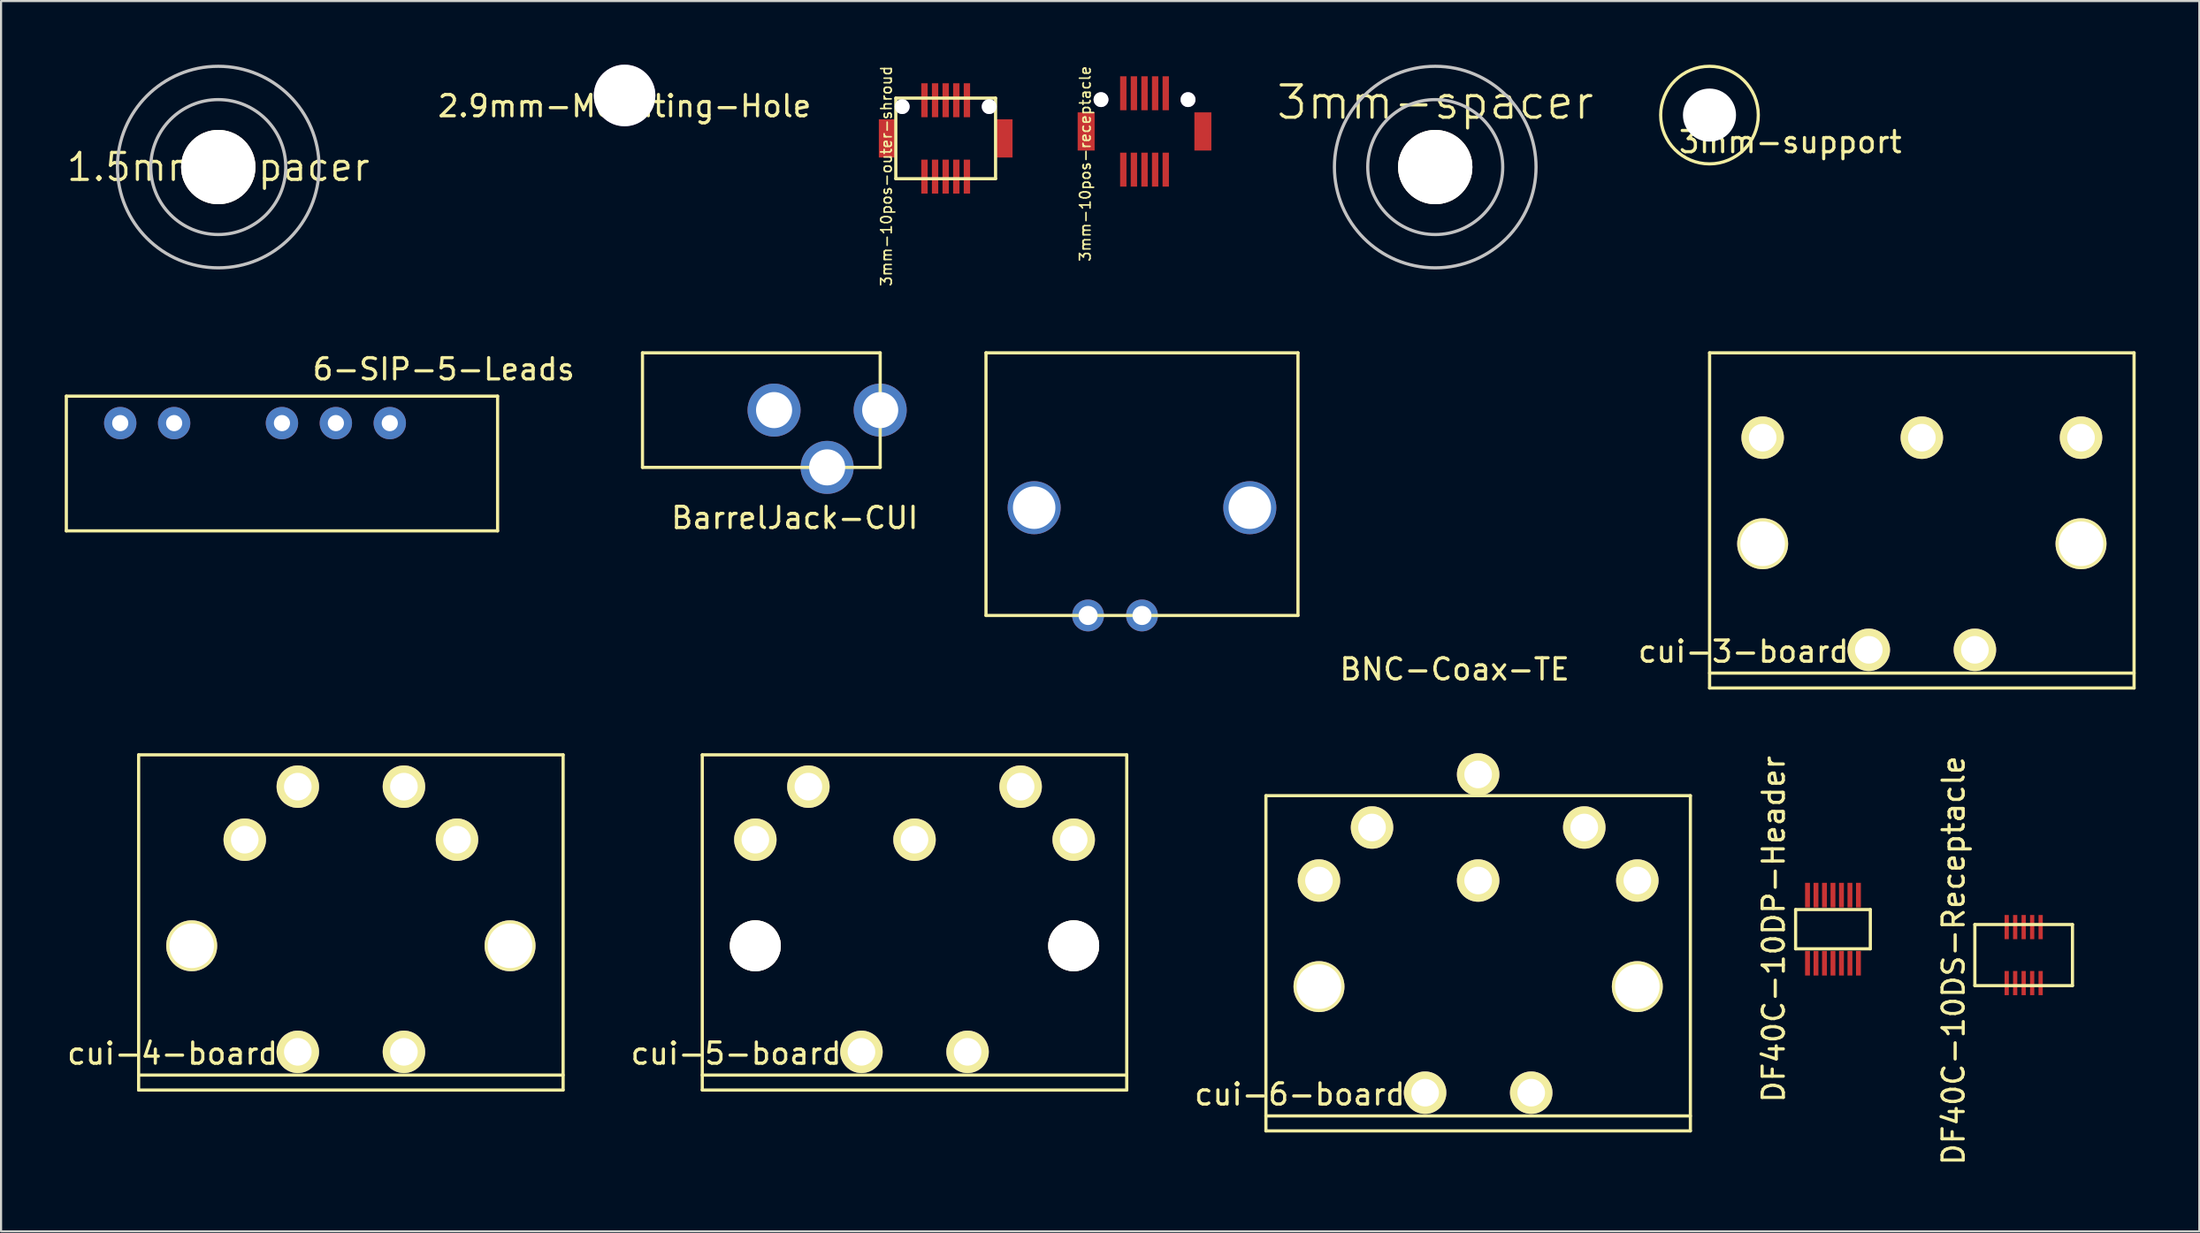
<source format=kicad_pcb>
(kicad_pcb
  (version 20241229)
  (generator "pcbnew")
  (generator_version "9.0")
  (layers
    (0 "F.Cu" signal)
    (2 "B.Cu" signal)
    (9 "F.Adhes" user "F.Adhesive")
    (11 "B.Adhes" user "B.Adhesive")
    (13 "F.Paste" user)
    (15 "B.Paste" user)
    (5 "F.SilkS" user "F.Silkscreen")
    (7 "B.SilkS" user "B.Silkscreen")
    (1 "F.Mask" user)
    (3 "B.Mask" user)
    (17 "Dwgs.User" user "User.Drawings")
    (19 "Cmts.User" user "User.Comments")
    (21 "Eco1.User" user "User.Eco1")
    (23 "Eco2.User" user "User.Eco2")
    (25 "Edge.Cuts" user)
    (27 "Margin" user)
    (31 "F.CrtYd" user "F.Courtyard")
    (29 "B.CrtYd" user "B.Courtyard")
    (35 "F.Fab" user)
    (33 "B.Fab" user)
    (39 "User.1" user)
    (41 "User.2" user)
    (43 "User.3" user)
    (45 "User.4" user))
  (footprint "cui-3-board-f"
    (layer "F.Cu")
    (at 80.001 22.581)
    (property "Reference" "cui-3-board-f" (at 0 5.08 0) (layer "F.SilkS") (effects (font (size 1 1) (thickness 0.15))))
    (attr through_hole)
    (fp_line (start -2.5 -9) (end -2.5 6.8) (stroke (width 0.15) (type solid)) (layer "F.SilkS"))
    (fp_line (start -2.5 -9) (end 17.5 -9) (stroke (width 0.15) (type solid)) (layer "F.SilkS"))
    (fp_line (start -2.5 6.8) (end 17.5 6.8) (stroke (width 0.15) (type solid)) (layer "F.SilkS"))
    (fp_line (start 17.5 6.096) (end -2.5 6.096) (stroke (width 0.15) (type solid)) (layer "F.SilkS"))
    (fp_line (start 17.5 6.8) (end 17.5 -9) (stroke (width 0.15) (type solid)) (layer "F.SilkS"))
    (pad "1" thru_hole circle (at 15 -5) (size 2 2) (drill 1.3) (layers "*.Cu" "*.Mask" "F.SilkS"))
    (pad "2" thru_hole circle (at 7.5 -5) (size 2 2) (drill 1.3) (layers "*.Cu" "*.Mask" "F.SilkS"))
    (pad "3" thru_hole circle (at 0 -5) (size 2 2) (drill 1.3) (layers "*.Cu" "*.Mask" "F.SilkS"))
    (pad "~" thru_hole circle (at 0 0) (size 2.4 2.4) (drill 2.1) (layers "*.Cu" "*.Mask" "F.SilkS"))
    (pad "~" thru_hole circle (at 5 5) (size 2 2) (drill 1.3) (layers "*.Cu" "*.Mask" "F.SilkS"))
    (pad "~" thru_hole circle (at 10 5) (size 2 2) (drill 1.3) (layers "*.Cu" "*.Mask" "F.SilkS"))
    (pad "~" thru_hole circle (at 15 0) (size 2.4 2.4) (drill 2.1) (layers "*.Cu" "*.Mask" "F.SilkS")))
  (footprint "cui-6-board-f"
    (layer "F.Cu")
    (at 59.096 43.456)
    (property "Reference" "cui-6-board-f" (at 0 5.08 0) (layer "F.SilkS") (effects (font (size 1 1) (thickness 0.15))))
    (attr through_hole)
    (fp_line (start -2.5 -9) (end -2.5 6.8) (stroke (width 0.15) (type solid)) (layer "F.SilkS"))
    (fp_line (start -2.5 -9) (end 17.5 -9) (stroke (width 0.15) (type solid)) (layer "F.SilkS"))
    (fp_line (start -2.5 6.8) (end 17.5 6.8) (stroke (width 0.15) (type solid)) (layer "F.SilkS"))
    (fp_line (start 17.5 6.096) (end -2.5 6.096) (stroke (width 0.15) (type solid)) (layer "F.SilkS"))
    (fp_line (start 17.5 6.8) (end 17.5 -9) (stroke (width 0.15) (type solid)) (layer "F.SilkS"))
    (pad "1" thru_hole circle (at 15 -5) (size 2 2) (drill 1.3) (layers "*.Cu" "*.Mask" "F.SilkS"))
    (pad "2" thru_hole circle (at 7.5 -5) (size 2 2) (drill 1.3) (layers "*.Cu" "*.Mask" "F.SilkS"))
    (pad "3" thru_hole circle (at 0 -5) (size 2 2) (drill 1.3) (layers "*.Cu" "*.Mask" "F.SilkS"))
    (pad "4" thru_hole circle (at 12.5 -7.5) (size 2 2) (drill 1.3) (layers "*.Cu" "*.Mask" "F.SilkS"))
    (pad "5" thru_hole circle (at 2.5 -7.5) (size 2 2) (drill 1.3) (layers "*.Cu" "*.Mask" "F.SilkS"))
    (pad "6" thru_hole circle (at 7.5 -10) (size 2 2) (drill 1.3) (layers "*.Cu" "*.Mask" "F.SilkS"))
    (pad "~" thru_hole circle (at 0 0) (size 2.4 2.4) (drill 2.1) (layers "*.Cu" "*.Mask" "F.SilkS"))
    (pad "~" thru_hole circle (at 5 5) (size 2 2) (drill 1.3) (layers "*.Cu" "*.Mask" "F.SilkS"))
    (pad "~" thru_hole circle (at 10 5) (size 2 2) (drill 1.3) (layers "*.Cu" "*.Mask" "F.SilkS"))
    (pad "~" thru_hole circle (at 15 0) (size 2.4 2.4) (drill 2.1) (layers "*.Cu" "*.Mask" "F.SilkS")))
  (footprint "3mm-10pos-receptacle"
    (layer "F.Cu")
    (at 50.876 3.146)
    (property "Reference" "3mm-10pos-receptacle" (at -2.794 1.524 90) (layer "F.SilkS") (effects (font (size 0.5 0.5) (thickness 0.075))))
    (attr smd)
    (pad "" smd rect (at -2.75 0) (size 0.8 1.8) (layers "F.Cu" "F.Mask" "F.Paste"))
    (pad "" thru_hole circle (at -2.05 -1.5) (size 0.7 0.7) (drill 0.7) (layers "*.Cu" "*.Mask"))
    (pad "" thru_hole circle (at 2.05 -1.5) (size 0.7 0.7) (drill 0.7) (layers "*.Cu" "*.Mask"))
    (pad "" smd rect (at 2.75 0) (size 0.8 1.8) (layers "F.Cu" "F.Mask" "F.Paste"))
    (pad "1" smd rect (at -1 -1.8) (size 0.3 1.6) (layers "F.Cu" "F.Mask" "F.Paste"))
    (pad "2" smd rect (at -1 1.8) (size 0.3 1.6) (layers "F.Cu" "F.Mask" "F.Paste"))
    (pad "3" smd rect (at -0.5 -1.8) (size 0.3 1.6) (layers "F.Cu" "F.Mask" "F.Paste"))
    (pad "4" smd rect (at -0.5 1.8) (size 0.3 1.6) (layers "F.Cu" "F.Mask" "F.Paste"))
    (pad "5" smd rect (at 0 -1.8) (size 0.3 1.6) (layers "F.Cu" "F.Mask" "F.Paste"))
    (pad "6" smd rect (at 0 1.8) (size 0.3 1.6) (layers "F.Cu" "F.Mask" "F.Paste"))
    (pad "7" smd rect (at 0.5 -1.8) (size 0.3 1.6) (layers "F.Cu" "F.Mask" "F.Paste"))
    (pad "8" smd rect (at 0.5 1.8) (size 0.3 1.6) (layers "F.Cu" "F.Mask" "F.Paste"))
    (pad "9" smd rect (at 1 -1.8) (size 0.3 1.6) (layers "F.Cu" "F.Mask" "F.Paste"))
    (pad "10" smd rect (at 1 1.8) (size 0.3 1.6) (layers "F.Cu" "F.Mask" "F.Paste")))
  (footprint "DF40C-10DS-Receptacle"
    (layer "F.Cu")
    (at 92.299 41.97)
    (property "Reference" "DF40C-10DS-Receptacle" (at -3.302 0.254 90) (layer "F.SilkS") (effects (font (size 1 1) (thickness 0.15))))
    (attr through_hole)
    (fp_line (start -2.3 1.44) (end -2.3 -1.44) (stroke (width 0.15) (type solid)) (layer "F.SilkS"))
    (fp_line (start 2.3 -1.44) (end -2.3 -1.44) (stroke (width 0.15) (type solid)) (layer "F.SilkS"))
    (fp_line (start 2.3 1.44) (end -2.3 1.44) (stroke (width 0.15) (type solid)) (layer "F.SilkS"))
    (fp_line (start 2.3 1.44) (end 2.3 -1.44) (stroke (width 0.15) (type solid)) (layer "F.SilkS"))
    (pad "1" smd rect (at -0.8 1.32 90) (size 1.14 0.2) (layers "F.Cu" "F.Mask" "F.Paste"))
    (pad "2" smd rect (at -0.8 -1.32 90) (size 1.14 0.2) (layers "F.Cu" "F.Mask" "F.Paste"))
    (pad "3" smd rect (at -0.4 1.32 90) (size 1.14 0.2) (layers "F.Cu" "F.Mask" "F.Paste"))
    (pad "4" smd rect (at -0.4 -1.32 90) (size 1.14 0.2) (layers "F.Cu" "F.Mask" "F.Paste"))
    (pad "5" smd rect (at 0 1.32 90) (size 1.14 0.2) (layers "F.Cu" "F.Mask" "F.Paste"))
    (pad "6" smd rect (at 0 -1.32 90) (size 1.14 0.2) (layers "F.Cu" "F.Mask" "F.Paste"))
    (pad "7" smd rect (at 0.4 1.32 90) (size 1.14 0.2) (layers "F.Cu" "F.Mask" "F.Paste"))
    (pad "8" smd rect (at 0.4 -1.32 90) (size 1.14 0.2) (layers "F.Cu" "F.Mask" "F.Paste"))
    (pad "9" smd rect (at 0.8 1.32 90) (size 1.14 0.2) (layers "F.Cu" "F.Mask" "F.Paste"))
    (pad "10" smd rect (at 0.8 -1.32 90) (size 1.14 0.2) (layers "F.Cu" "F.Mask" "F.Paste")))
  (footprint "cui-5-board-f"
    (layer "F.Cu")
    (at 32.539 41.531)
    (property "Reference" "cui-5-board-f" (at 0 5.08 0) (layer "F.SilkS") (effects (font (size 1 1) (thickness 0.15))))
    (attr through_hole)
    (fp_line (start -2.5 -9) (end -2.5 6.8) (stroke (width 0.15) (type solid)) (layer "F.SilkS"))
    (fp_line (start -2.5 -9) (end 17.5 -9) (stroke (width 0.15) (type solid)) (layer "F.SilkS"))
    (fp_line (start -2.5 6.8) (end 17.5 6.8) (stroke (width 0.15) (type solid)) (layer "F.SilkS"))
    (fp_line (start 17.5 6.096) (end -2.5 6.096) (stroke (width 0.15) (type solid)) (layer "F.SilkS"))
    (fp_line (start 17.5 6.8) (end 17.5 -9) (stroke (width 0.15) (type solid)) (layer "F.SilkS"))
    (pad "1" thru_hole circle (at 15 -5) (size 2 2) (drill 1.3) (layers "*.Cu" "*.Mask" "F.SilkS"))
    (pad "2" thru_hole circle (at 7.5 -5) (size 2 2) (drill 1.3) (layers "*.Cu" "*.Mask" "F.SilkS"))
    (pad "3" thru_hole circle (at 0 -5) (size 2 2) (drill 1.3) (layers "*.Cu" "*.Mask" "F.SilkS"))
    (pad "4" thru_hole circle (at 12.5 -7.5) (size 2 2) (drill 1.3) (layers "*.Cu" "*.Mask" "F.SilkS"))
    (pad "5" thru_hole circle (at 2.5 -7.5) (size 2 2) (drill 1.3) (layers "*.Cu" "*.Mask" "F.SilkS"))
    (pad "~" thru_hole circle (at 0 0) (size 2.4 2.4) (drill 2.4) (layers "*.Cu" "*.Mask" "F.SilkS"))
    (pad "~" thru_hole circle (at 5 5) (size 2 2) (drill 1.3) (layers "*.Cu" "*.Mask" "F.SilkS"))
    (pad "~" thru_hole circle (at 10 5) (size 2 2) (drill 1.3) (layers "*.Cu" "*.Mask" "F.SilkS"))
    (pad "~" thru_hole circle (at 15 0) (size 2.4 2.4) (drill 2.4) (layers "*.Cu" "*.Mask" "F.SilkS")))
  (footprint "cui-4-board-f"
    (layer "F.Cu")
    (at 5.982 41.531)
    (property "Reference" "cui-4-board-f" (at 0 5.08 0) (layer "F.SilkS") (effects (font (size 1 1) (thickness 0.15))))
    (attr through_hole)
    (fp_line (start -2.5 -9) (end -2.5 6.8) (stroke (width 0.15) (type solid)) (layer "F.SilkS"))
    (fp_line (start -2.5 -9) (end 17.5 -9) (stroke (width 0.15) (type solid)) (layer "F.SilkS"))
    (fp_line (start -2.5 6.8) (end 17.5 6.8) (stroke (width 0.15) (type solid)) (layer "F.SilkS"))
    (fp_line (start 17.5 6.096) (end -2.5 6.096) (stroke (width 0.15) (type solid)) (layer "F.SilkS"))
    (fp_line (start 17.5 6.8) (end 17.5 -9) (stroke (width 0.15) (type solid)) (layer "F.SilkS"))
    (pad "1" thru_hole circle (at 12.5 -5) (size 2 2) (drill 1.3) (layers "*.Cu" "*.Mask" "F.SilkS"))
    (pad "2" thru_hole circle (at 10 -7.5) (size 2 2) (drill 1.3) (layers "*.Cu" "*.Mask" "F.SilkS"))
    (pad "3" thru_hole circle (at 5 -7.5) (size 2 2) (drill 1.3) (layers "*.Cu" "*.Mask" "F.SilkS"))
    (pad "4" thru_hole circle (at 2.5 -5) (size 2 2) (drill 1.3) (layers "*.Cu" "*.Mask" "F.SilkS"))
    (pad "~" thru_hole circle (at 0 0) (size 2.4 2.4) (drill 2.1) (layers "*.Cu" "*.Mask" "F.SilkS"))
    (pad "~" thru_hole circle (at 5 5) (size 2 2) (drill 1.3) (layers "*.Cu" "*.Mask" "F.SilkS"))
    (pad "~" thru_hole circle (at 10 5) (size 2 2) (drill 1.3) (layers "*.Cu" "*.Mask" "F.SilkS"))
    (pad "~" thru_hole circle (at 15 0) (size 2.4 2.4) (drill 2.1) (layers "*.Cu" "*.Mask" "F.SilkS")))
  (footprint "BNC-Coax-TE"
    (layer "F.Cu")
    (at 50.757 25.961)
    (property "Reference" "BNC-Coax-TE" (at 14.732 2.54 0) (layer "F.SilkS") (effects (font (size 1 1) (thickness 0.15))))
    (attr through_hole)
    (fp_line (start -7.35 -12.38) (end -7.35 0) (stroke (width 0.15) (type solid)) (layer "F.SilkS"))
    (fp_line (start 7.35 -12.38) (end -7.35 -12.38) (stroke (width 0.15) (type solid)) (layer "F.SilkS"))
    (fp_line (start 7.35 -12.38) (end 7.35 0) (stroke (width 0.15) (type solid)) (layer "F.SilkS"))
    (fp_line (start 7.35 0) (end -7.35 0) (stroke (width 0.15) (type solid)) (layer "F.SilkS"))
    (pad "1" thru_hole circle (at 0 0) (size 1.5 1.5) (drill 0.9) (layers "*.Cu" "*.Mask"))
    (pad "2" thru_hole circle (at -2.54 0) (size 1.5 1.5) (drill 0.9) (layers "*.Cu" "*.Mask"))
    (pad "~" thru_hole circle (at -5.08 -5.08) (size 2.5 2.5) (drill 2) (layers "*.Cu" "*.Mask"))
    (pad "~" thru_hole circle (at 5.08 -5.08) (size 2.5 2.5) (drill 2) (layers "*.Cu" "*.Mask")))
  (footprint "2.9mm-Mounting-Hole"
    (layer "F.Cu")
    (at 26.379 1.45)
    (property "Reference" "2.9mm-Mounting-Hole" (at 0 0.5 0) (layer "F.SilkS") (effects (font (size 1 1) (thickness 0.15))))
    (attr through_hole)
    (pad "1" thru_hole circle (at 0 0) (size 2.9 2.9) (drill 2.9) (layers "*.Cu" "*.Mask")))
  (footprint "3mm-spacer"
    (layer "F.Cu")
    (at 64.574 4.825)
    (property "Reference" "3mm-spacer" (at 0 -3.048 0) (layer "F.SilkS") (effects (font (size 1.524 1.524) (thickness 0.15))))
    (attr through_hole)
    (fp_circle (center 0 0) (end 0 3.18) (stroke (width 0.15) (type solid)) (fill no) (layer "Dwgs.User"))
    (fp_circle (center 0 0) (end 0 4.75) (stroke (width 0.15) (type solid)) (fill no) (layer "Dwgs.User"))
    (pad "" thru_hole circle (at 0 0) (size 3.5 3.5) (drill 3.5) (layers "*.Cu" "*.Mask" "F.SilkS")))
  (footprint "6-SIP-5-Leads"
    (layer "F.Cu")
    (at 10.235 19.434)
    (property "Reference" "6-SIP-5-Leads" (at 7.62 -5.08 0) (layer "F.SilkS") (effects (font (size 1 1) (thickness 0.15))))
    (attr through_hole)
    (fp_line (start -10.16 -3.81) (end 10.16 -3.81) (stroke (width 0.15) (type solid)) (layer "F.SilkS"))
    (fp_line (start -10.16 2.54) (end -10.16 -3.81) (stroke (width 0.15) (type solid)) (layer "F.SilkS"))
    (fp_line (start 10.16 -3.81) (end 10.16 2.54) (stroke (width 0.15) (type solid)) (layer "F.SilkS"))
    (fp_line (start 10.16 2.54) (end -10.16 2.54) (stroke (width 0.15) (type solid)) (layer "F.SilkS"))
    (pad "1" thru_hole circle (at -7.62 -2.54) (size 1.524 1.524) (drill 0.762) (layers "*.Cu" "*.Mask"))
    (pad "2" thru_hole circle (at -5.08 -2.54) (size 1.524 1.524) (drill 0.762) (layers "*.Cu" "*.Mask"))
    (pad "4" thru_hole circle (at 0 -2.54) (size 1.524 1.524) (drill 0.762) (layers "*.Cu" "*.Mask"))
    (pad "5" thru_hole circle (at 2.54 -2.54) (size 1.524 1.524) (drill 0.762) (layers "*.Cu" "*.Mask"))
    (pad "6" thru_hole circle (at 5.08 -2.54) (size 1.524 1.524) (drill 0.762) (layers "*.Cu" "*.Mask")))
  (footprint "DF40C-10DP-Header"
    (layer "F.Cu")
    (at 83.314 40.748)
    (property "Reference" "DF40C-10DP-Header" (at -2.794 0 90) (layer "F.SilkS") (effects (font (size 1 1) (thickness 0.15))))
    (attr through_hole)
    (fp_line (start -1.76 -0.925) (end -1.76 0.925) (stroke (width 0.15) (type solid)) (layer "F.SilkS"))
    (fp_line (start -1.76 -0.925) (end 1.76 -0.925) (stroke (width 0.15) (type solid)) (layer "F.SilkS"))
    (fp_line (start -1.76 0.925) (end 1.76 0.925) (stroke (width 0.15) (type solid)) (layer "F.SilkS"))
    (fp_line (start 1.76 -0.925) (end 1.76 0.925) (stroke (width 0.15) (type solid)) (layer "F.SilkS"))
    (pad "1" smd rect (at -0.8 -1.605 90) (size 1.16 0.23) (layers "F.Cu" "F.Mask" "F.Paste"))
    (pad "2" smd rect (at -0.8 1.605 90) (size 1.16 0.23) (layers "F.Cu" "F.Mask" "F.Paste"))
    (pad "3" smd rect (at -0.4 -1.605 90) (size 1.16 0.23) (layers "F.Cu" "F.Mask" "F.Paste"))
    (pad "4" smd rect (at -0.4 1.605 90) (size 1.16 0.23) (layers "F.Cu" "F.Mask" "F.Paste"))
    (pad "5" smd rect (at 0 -1.605 90) (size 1.16 0.23) (layers "F.Cu" "F.Mask" "F.Paste"))
    (pad "6" smd rect (at 0 1.605 90) (size 1.16 0.23) (layers "F.Cu" "F.Mask" "F.Paste"))
    (pad "7" smd rect (at 0.4 -1.605 90) (size 1.16 0.23) (layers "F.Cu" "F.Mask" "F.Paste"))
    (pad "8" smd rect (at 0.4 1.605 90) (size 1.16 0.23) (layers "F.Cu" "F.Mask" "F.Paste"))
    (pad "9" smd rect (at 0.8 -1.605 90) (size 1.16 0.23) (layers "F.Cu" "F.Mask" "F.Paste"))
    (pad "10" smd rect (at 0.8 1.605 90) (size 1.16 0.23) (layers "F.Cu" "F.Mask" "F.Paste"))
    (pad "~" smd rect (at -1.2 -1.605 90) (size 1.16 0.23) (layers "F.Cu" "F.Mask" "F.Paste"))
    (pad "~" smd rect (at -1.2 1.605 90) (size 1.16 0.23) (layers "F.Cu" "F.Mask" "F.Paste"))
    (pad "~" smd rect (at 1.2 -1.605 90) (size 1.16 0.23) (layers "F.Cu" "F.Mask" "F.Paste"))
    (pad "~" smd rect (at 1.2 1.605 90) (size 1.16 0.23) (layers "F.Cu" "F.Mask" "F.Paste")))
  (footprint "BarrelJack-CUI"
    (layer "F.Cu")
    (at 35.922 16.281)
    (property "Reference" "BarrelJack-CUI" (at -1.524 5.08 0) (layer "F.SilkS") (effects (font (size 1 1) (thickness 0.15))))
    (attr through_hole)
    (fp_line (start -8.7 -2.7) (end -8.7 2.7) (stroke (width 0.15) (type solid)) (layer "F.SilkS"))
    (fp_line (start -8.7 2.7) (end 2.5 2.7) (stroke (width 0.15) (type solid)) (layer "F.SilkS"))
    (fp_line (start 2.5 -2.7) (end -8.7 -2.7) (stroke (width 0.15) (type solid)) (layer "F.SilkS"))
    (fp_line (start 2.5 2.7) (end 2.5 -2.7) (stroke (width 0.15) (type solid)) (layer "F.SilkS"))
    (pad "1" thru_hole circle (at 2.5 0) (size 2.5 2.5) (drill 1.7) (layers "*.Cu" "*.Mask"))
    (pad "2" thru_hole circle (at -2.5 0) (size 2.5 2.5) (drill 1.7) (layers "*.Cu" "*.Mask"))
    (pad "3" thru_hole circle (at 0 2.7) (size 2.5 2.5) (drill 1.7) (layers "*.Cu" "*.Mask")))
  (footprint "1.5mm-spacer"
    (layer "F.Cu")
    (at 7.234 4.825)
    (property "Reference" "1.5mm-spacer" (at 0 0 0) (layer "F.SilkS") (effects (font (size 1.27 1.27) (thickness 0.15))))
    (attr through_hole)
    (fp_circle (center 0 0) (end 0 3.18) (stroke (width 0.15) (type solid)) (fill no) (layer "Dwgs.User"))
    (fp_circle (center 0 0) (end 0 4.75) (stroke (width 0.15) (type solid)) (fill no) (layer "Dwgs.User"))
    (pad "" thru_hole circle (at 0 0) (size 3.5 3.5) (drill 3.5) (layers "*.Cu" "*.Mask" "F.SilkS")))
  (footprint "3mm-10pos-outer-shroud"
    (layer "F.Cu")
    (at 41.508 3.475)
    (property "Reference" "3mm-10pos-outer-shroud" (at -2.794 1.778 90) (layer "F.SilkS") (effects (font (size 0.5 0.5) (thickness 0.075))))
    (attr smd)
    (fp_line (start -2.35 -1.9) (end -2.35 1.9) (stroke (width 0.15) (type solid)) (layer "F.SilkS"))
    (fp_line (start -2.35 -1.9) (end 2.35 -1.9) (stroke (width 0.15) (type solid)) (layer "F.SilkS"))
    (fp_line (start -2.35 1.9) (end 2.35 1.9) (stroke (width 0.15) (type solid)) (layer "F.SilkS"))
    (fp_line (start 2.35 -1.9) (end 2.35 1.9) (stroke (width 0.15) (type solid)) (layer "F.SilkS"))
    (pad "" smd rect (at -2.75 0) (size 0.8 1.8) (layers "F.Cu" "F.Mask" "F.Paste"))
    (pad "" thru_hole circle (at -2.05 -1.5) (size 0.7 0.7) (drill 0.7) (layers "*.Cu" "*.Mask"))
    (pad "" thru_hole circle (at 2.05 -1.5) (size 0.7 0.7) (drill 0.7) (layers "*.Cu" "*.Mask"))
    (pad "" smd rect (at 2.75 0) (size 0.8 1.8) (layers "F.Cu" "F.Mask" "F.Paste"))
    (pad "1" smd rect (at -1 1.8) (size 0.3 1.6) (layers "F.Cu" "F.Mask" "F.Paste"))
    (pad "2" smd rect (at -1 -1.8) (size 0.3 1.6) (layers "F.Cu" "F.Mask" "F.Paste"))
    (pad "3" smd rect (at -0.5 1.8) (size 0.3 1.6) (layers "F.Cu" "F.Mask" "F.Paste"))
    (pad "4" smd rect (at -0.5 -1.8) (size 0.3 1.6) (layers "F.Cu" "F.Mask" "F.Paste"))
    (pad "5" smd rect (at 0 1.8) (size 0.3 1.6) (layers "F.Cu" "F.Mask" "F.Paste"))
    (pad "6" smd rect (at 0 -1.8) (size 0.3 1.6) (layers "F.Cu" "F.Mask" "F.Paste"))
    (pad "7" smd rect (at 0.5 1.8) (size 0.3 1.6) (layers "F.Cu" "F.Mask" "F.Paste"))
    (pad "8" smd rect (at 0.5 -1.8) (size 0.3 1.6) (layers "F.Cu" "F.Mask" "F.Paste"))
    (pad "9" smd rect (at 1 1.8) (size 0.3 1.6) (layers "F.Cu" "F.Mask" "F.Paste"))
    (pad "10" smd rect (at 1 -1.8) (size 0.3 1.6) (layers "F.Cu" "F.Mask" "F.Paste")))
  (footprint "3mm-support"
    (layer "F.Cu")
    (at 77.496 2.375)
    (property "Reference" "3mm-support" (at 3.81 1.27 0) (layer "F.SilkS") (effects (font (size 1 1) (thickness 0.15))))
    (attr through_hole)
    (fp_circle (center 0 0) (end 2.3 0) (stroke (width 0.15) (type solid)) (fill no) (layer "F.SilkS"))
    (pad "" np_thru_hole circle (at 0 0) (size 2.5 2.5) (drill 2.5) (layers "*.Cu" "*.Mask")))
  (gr_rect
    (start -3 -3)
    (end 100.576 54.992)
    (stroke (width 0.1) (type default))
    (fill no)
    (layer "Edge.Cuts")))
</source>
